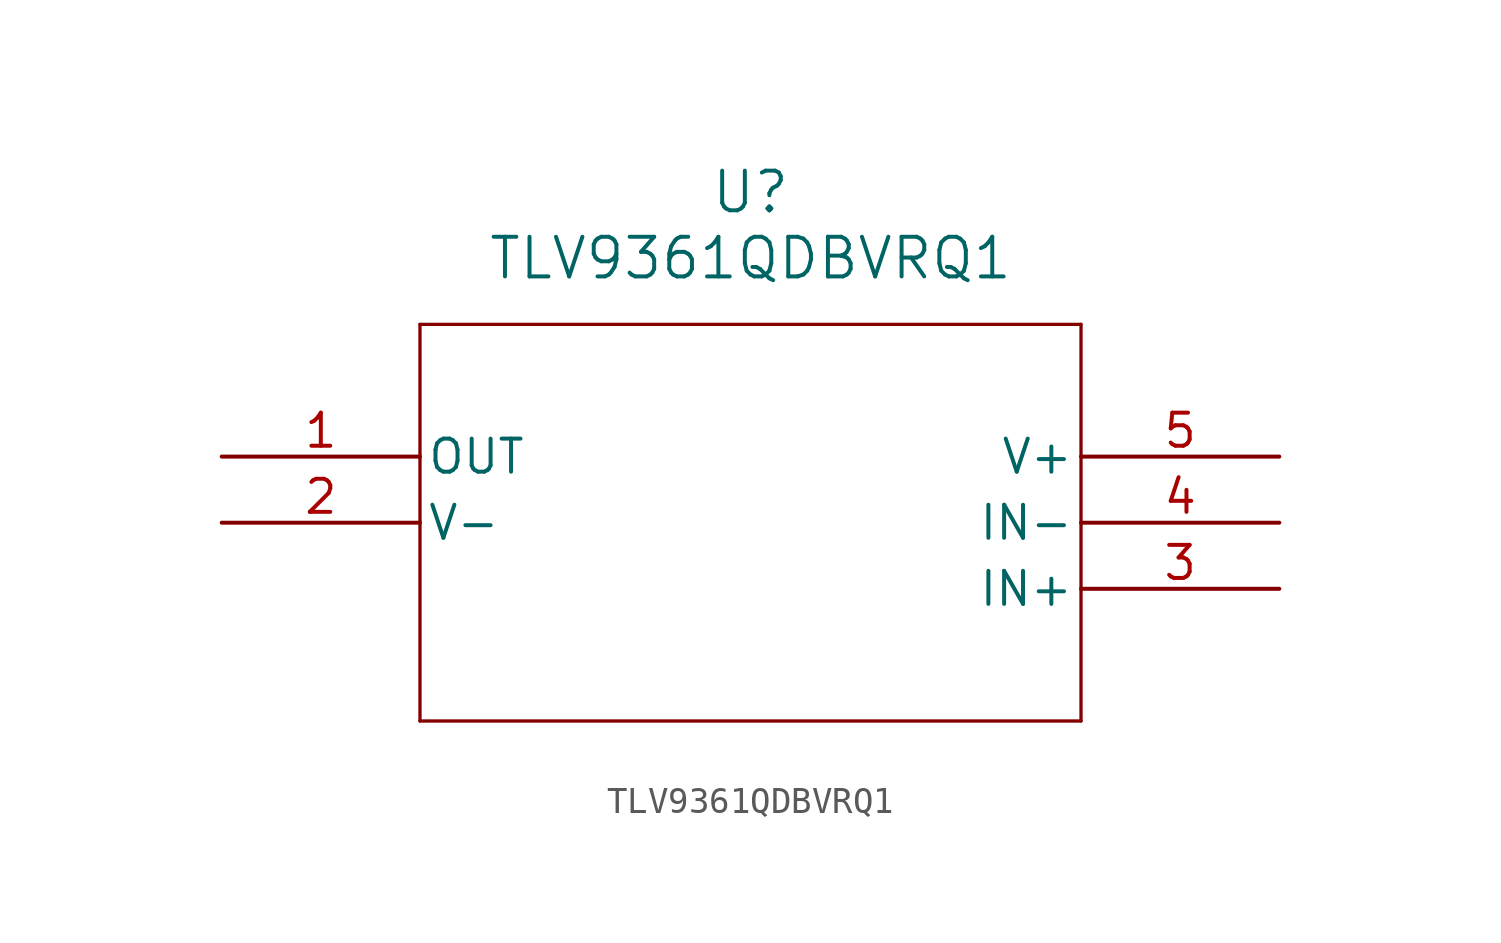
<source format=kicad_sym>
(kicad_symbol_lib
  (version 20211014)
  (generator kicad_symbol_editor)
  (symbol "TLV9361QDBVRQ1"
    (pin_names
      (offset 0.254))
    (property "Reference" "U"
      (at 20.32 10.16 0)
      (effects (font (size 1.524 1.524))))
    (property "Value" "TLV9361QDBVRQ1"
      (at 20.32 7.62 0)
      (effects (font (size 1.524 1.524))))
    (symbol "TLV9361QDBVRQ1_0_1"
      (polyline (pts (xy 7.62 5.08) (xy 7.62 -10.16)) (stroke (width 0.127) (type default) (color 0 0 0 0)) (fill (type none)))
      (polyline (pts (xy 7.62 -10.16) (xy 33.02 -10.16)) (stroke (width 0.127) (type default) (color 0 0 0 0)) (fill (type none)))
      (polyline (pts (xy 33.02 -10.16) (xy 33.02 5.08)) (stroke (width 0.127) (type default) (color 0 0 0 0)) (fill (type none)))
      (polyline (pts (xy 33.02 5.08) (xy 7.62 5.08)) (stroke (width 0.127) (type default) (color 0 0 0 0)) (fill (type none)))
      (pin output line (at 0 0 0) (length 7.62) (name "OUT" (effects (font (size 1.27 1.27)))) (number "1" (effects (font (size 1.27 1.27)))))
      (pin power_in line (at 0 -2.54 0) (length 7.62) (name "V-" (effects (font (size 1.27 1.27)))) (number "2" (effects (font (size 1.27 1.27)))))
      (pin input line (at 40.64 -5.08 180) (length 7.62) (name "IN+" (effects (font (size 1.27 1.27)))) (number "3" (effects (font (size 1.27 1.27)))))
      (pin input line (at 40.64 -2.54 180) (length 7.62) (name "IN-" (effects (font (size 1.27 1.27)))) (number "4" (effects (font (size 1.27 1.27)))))
      (pin power_in line (at 40.64 0 180) (length 7.62) (name "V+" (effects (font (size 1.27 1.27)))) (number "5" (effects (font (size 1.27 1.27))))))))
</source>
